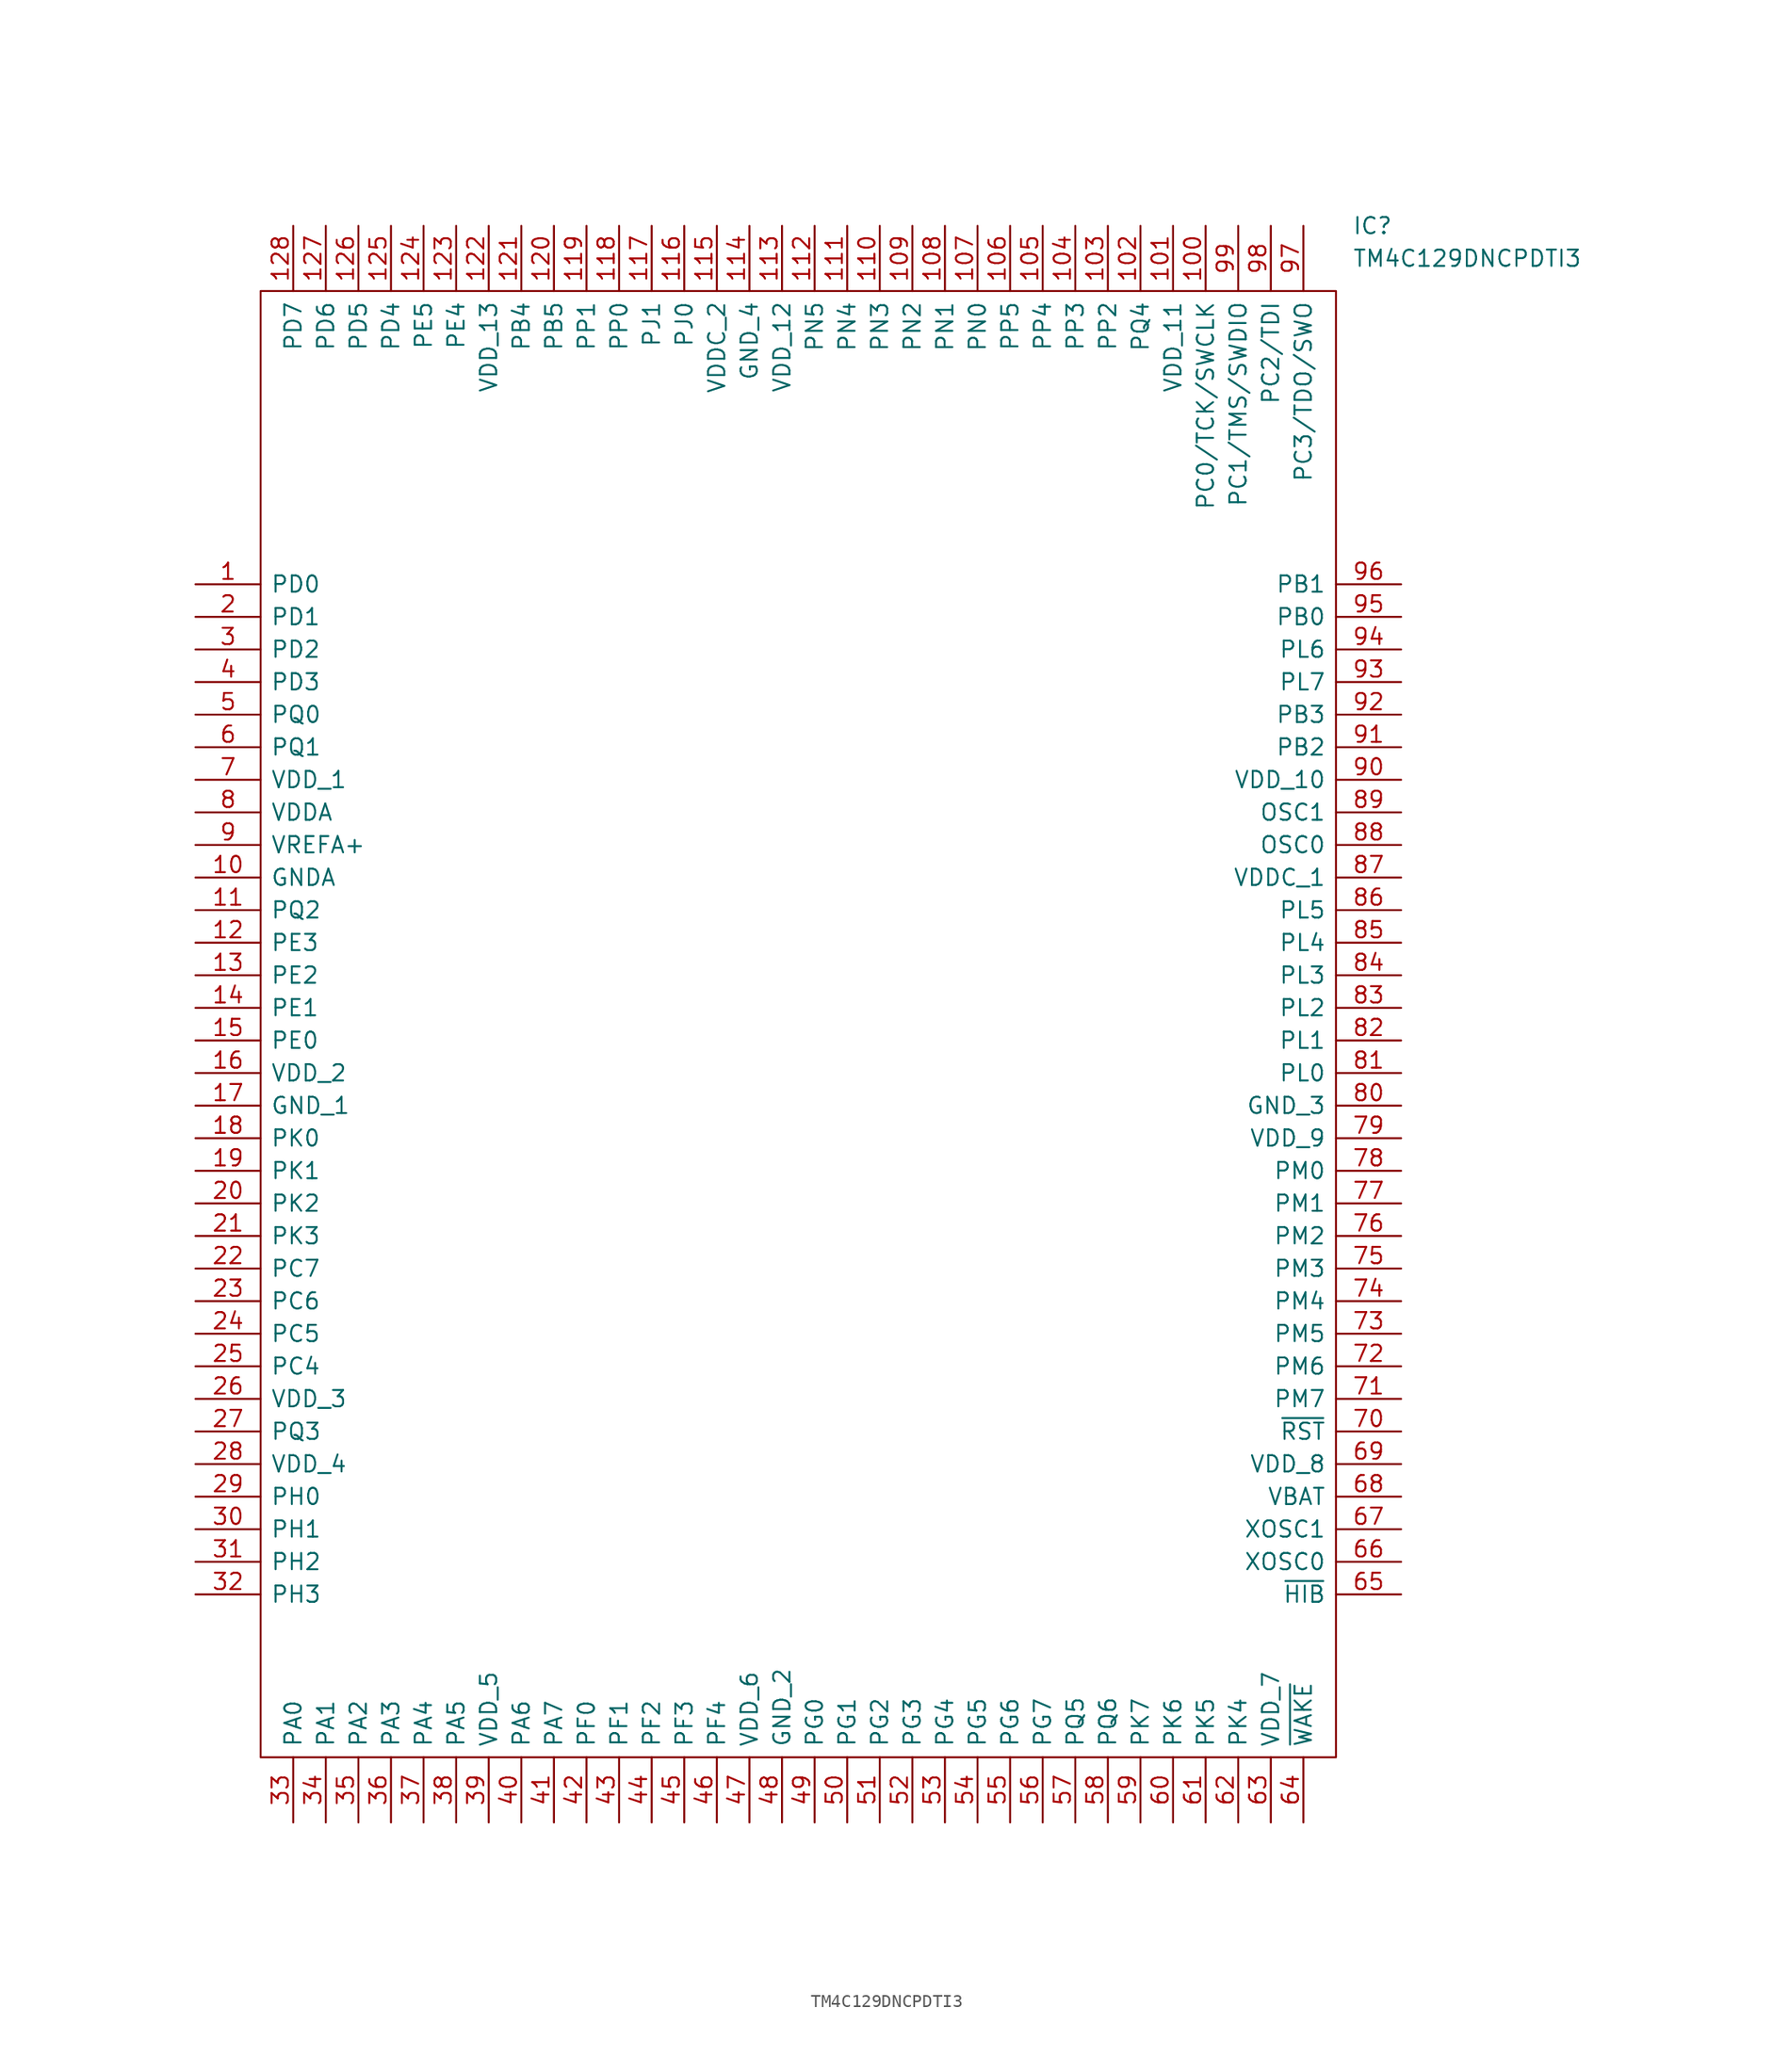
<source format=kicad_sym>
(kicad_symbol_lib
  (version 20231120)
  (generator "kicad_symbol_editor")
  (generator_version "8.0")
  (symbol "TM4C129DNCPDTI3"
    (pin_names
      (offset 0.762))
    (property "Reference" "IC"
      (at 90.17 27.94 0)
      (effects (font (size 1.27 1.27)) (justify left)))
    (property "Value" "TM4C129DNCPDTI3"
      (at 90.17 25.4 0)
      (effects (font (size 1.27 1.27)) (justify left)))
    (symbol "TM4C129DNCPDTI3_0_0"
      (pin passive line (at 0 0 0) (length 5.08) (name "PD0" (effects (font (size 1.27 1.27)))) (number "1" (effects (font (size 1.27 1.27)))))
      (pin passive line (at 0 -22.86 0) (length 5.08) (name "GNDA" (effects (font (size 1.27 1.27)))) (number "10" (effects (font (size 1.27 1.27)))))
      (pin passive line (at 78.74 27.94 270) (length 5.08) (name "PC0/TCK/SWCLK" (effects (font (size 1.27 1.27)))) (number "100" (effects (font (size 1.27 1.27)))))
      (pin passive line (at 76.2 27.94 270) (length 5.08) (name "VDD_11" (effects (font (size 1.27 1.27)))) (number "101" (effects (font (size 1.27 1.27)))))
      (pin passive line (at 73.66 27.94 270) (length 5.08) (name "PQ4" (effects (font (size 1.27 1.27)))) (number "102" (effects (font (size 1.27 1.27)))))
      (pin passive line (at 71.12 27.94 270) (length 5.08) (name "PP2" (effects (font (size 1.27 1.27)))) (number "103" (effects (font (size 1.27 1.27)))))
      (pin passive line (at 68.58 27.94 270) (length 5.08) (name "PP3" (effects (font (size 1.27 1.27)))) (number "104" (effects (font (size 1.27 1.27)))))
      (pin passive line (at 66.04 27.94 270) (length 5.08) (name "PP4" (effects (font (size 1.27 1.27)))) (number "105" (effects (font (size 1.27 1.27)))))
      (pin passive line (at 63.5 27.94 270) (length 5.08) (name "PP5" (effects (font (size 1.27 1.27)))) (number "106" (effects (font (size 1.27 1.27)))))
      (pin passive line (at 60.96 27.94 270) (length 5.08) (name "PN0" (effects (font (size 1.27 1.27)))) (number "107" (effects (font (size 1.27 1.27)))))
      (pin passive line (at 58.42 27.94 270) (length 5.08) (name "PN1" (effects (font (size 1.27 1.27)))) (number "108" (effects (font (size 1.27 1.27)))))
      (pin passive line (at 55.88 27.94 270) (length 5.08) (name "PN2" (effects (font (size 1.27 1.27)))) (number "109" (effects (font (size 1.27 1.27)))))
      (pin passive line (at 0 -25.4 0) (length 5.08) (name "PQ2" (effects (font (size 1.27 1.27)))) (number "11" (effects (font (size 1.27 1.27)))))
      (pin passive line (at 53.34 27.94 270) (length 5.08) (name "PN3" (effects (font (size 1.27 1.27)))) (number "110" (effects (font (size 1.27 1.27)))))
      (pin passive line (at 50.8 27.94 270) (length 5.08) (name "PN4" (effects (font (size 1.27 1.27)))) (number "111" (effects (font (size 1.27 1.27)))))
      (pin passive line (at 48.26 27.94 270) (length 5.08) (name "PN5" (effects (font (size 1.27 1.27)))) (number "112" (effects (font (size 1.27 1.27)))))
      (pin passive line (at 45.72 27.94 270) (length 5.08) (name "VDD_12" (effects (font (size 1.27 1.27)))) (number "113" (effects (font (size 1.27 1.27)))))
      (pin passive line (at 43.18 27.94 270) (length 5.08) (name "GND_4" (effects (font (size 1.27 1.27)))) (number "114" (effects (font (size 1.27 1.27)))))
      (pin passive line (at 40.64 27.94 270) (length 5.08) (name "VDDC_2" (effects (font (size 1.27 1.27)))) (number "115" (effects (font (size 1.27 1.27)))))
      (pin passive line (at 38.1 27.94 270) (length 5.08) (name "PJ0" (effects (font (size 1.27 1.27)))) (number "116" (effects (font (size 1.27 1.27)))))
      (pin passive line (at 35.56 27.94 270) (length 5.08) (name "PJ1" (effects (font (size 1.27 1.27)))) (number "117" (effects (font (size 1.27 1.27)))))
      (pin passive line (at 33.02 27.94 270) (length 5.08) (name "PP0" (effects (font (size 1.27 1.27)))) (number "118" (effects (font (size 1.27 1.27)))))
      (pin passive line (at 30.48 27.94 270) (length 5.08) (name "PP1" (effects (font (size 1.27 1.27)))) (number "119" (effects (font (size 1.27 1.27)))))
      (pin passive line (at 0 -27.94 0) (length 5.08) (name "PE3" (effects (font (size 1.27 1.27)))) (number "12" (effects (font (size 1.27 1.27)))))
      (pin passive line (at 27.94 27.94 270) (length 5.08) (name "PB5" (effects (font (size 1.27 1.27)))) (number "120" (effects (font (size 1.27 1.27)))))
      (pin passive line (at 25.4 27.94 270) (length 5.08) (name "PB4" (effects (font (size 1.27 1.27)))) (number "121" (effects (font (size 1.27 1.27)))))
      (pin passive line (at 22.86 27.94 270) (length 5.08) (name "VDD_13" (effects (font (size 1.27 1.27)))) (number "122" (effects (font (size 1.27 1.27)))))
      (pin passive line (at 20.32 27.94 270) (length 5.08) (name "PE4" (effects (font (size 1.27 1.27)))) (number "123" (effects (font (size 1.27 1.27)))))
      (pin passive line (at 17.78 27.94 270) (length 5.08) (name "PE5" (effects (font (size 1.27 1.27)))) (number "124" (effects (font (size 1.27 1.27)))))
      (pin passive line (at 15.24 27.94 270) (length 5.08) (name "PD4" (effects (font (size 1.27 1.27)))) (number "125" (effects (font (size 1.27 1.27)))))
      (pin passive line (at 12.7 27.94 270) (length 5.08) (name "PD5" (effects (font (size 1.27 1.27)))) (number "126" (effects (font (size 1.27 1.27)))))
      (pin passive line (at 10.16 27.94 270) (length 5.08) (name "PD6" (effects (font (size 1.27 1.27)))) (number "127" (effects (font (size 1.27 1.27)))))
      (pin passive line (at 7.62 27.94 270) (length 5.08) (name "PD7" (effects (font (size 1.27 1.27)))) (number "128" (effects (font (size 1.27 1.27)))))
      (pin passive line (at 0 -30.48 0) (length 5.08) (name "PE2" (effects (font (size 1.27 1.27)))) (number "13" (effects (font (size 1.27 1.27)))))
      (pin passive line (at 0 -33.02 0) (length 5.08) (name "PE1" (effects (font (size 1.27 1.27)))) (number "14" (effects (font (size 1.27 1.27)))))
      (pin passive line (at 0 -35.56 0) (length 5.08) (name "PE0" (effects (font (size 1.27 1.27)))) (number "15" (effects (font (size 1.27 1.27)))))
      (pin passive line (at 0 -38.1 0) (length 5.08) (name "VDD_2" (effects (font (size 1.27 1.27)))) (number "16" (effects (font (size 1.27 1.27)))))
      (pin passive line (at 0 -40.64 0) (length 5.08) (name "GND_1" (effects (font (size 1.27 1.27)))) (number "17" (effects (font (size 1.27 1.27)))))
      (pin passive line (at 0 -43.18 0) (length 5.08) (name "PK0" (effects (font (size 1.27 1.27)))) (number "18" (effects (font (size 1.27 1.27)))))
      (pin passive line (at 0 -45.72 0) (length 5.08) (name "PK1" (effects (font (size 1.27 1.27)))) (number "19" (effects (font (size 1.27 1.27)))))
      (pin passive line (at 0 -2.54 0) (length 5.08) (name "PD1" (effects (font (size 1.27 1.27)))) (number "2" (effects (font (size 1.27 1.27)))))
      (pin passive line (at 0 -48.26 0) (length 5.08) (name "PK2" (effects (font (size 1.27 1.27)))) (number "20" (effects (font (size 1.27 1.27)))))
      (pin passive line (at 0 -50.8 0) (length 5.08) (name "PK3" (effects (font (size 1.27 1.27)))) (number "21" (effects (font (size 1.27 1.27)))))
      (pin passive line (at 0 -53.34 0) (length 5.08) (name "PC7" (effects (font (size 1.27 1.27)))) (number "22" (effects (font (size 1.27 1.27)))))
      (pin passive line (at 0 -55.88 0) (length 5.08) (name "PC6" (effects (font (size 1.27 1.27)))) (number "23" (effects (font (size 1.27 1.27)))))
      (pin passive line (at 0 -58.42 0) (length 5.08) (name "PC5" (effects (font (size 1.27 1.27)))) (number "24" (effects (font (size 1.27 1.27)))))
      (pin passive line (at 0 -60.96 0) (length 5.08) (name "PC4" (effects (font (size 1.27 1.27)))) (number "25" (effects (font (size 1.27 1.27)))))
      (pin passive line (at 0 -63.5 0) (length 5.08) (name "VDD_3" (effects (font (size 1.27 1.27)))) (number "26" (effects (font (size 1.27 1.27)))))
      (pin passive line (at 0 -66.04 0) (length 5.08) (name "PQ3" (effects (font (size 1.27 1.27)))) (number "27" (effects (font (size 1.27 1.27)))))
      (pin passive line (at 0 -68.58 0) (length 5.08) (name "VDD_4" (effects (font (size 1.27 1.27)))) (number "28" (effects (font (size 1.27 1.27)))))
      (pin passive line (at 0 -71.12 0) (length 5.08) (name "PH0" (effects (font (size 1.27 1.27)))) (number "29" (effects (font (size 1.27 1.27)))))
      (pin passive line (at 0 -5.08 0) (length 5.08) (name "PD2" (effects (font (size 1.27 1.27)))) (number "3" (effects (font (size 1.27 1.27)))))
      (pin passive line (at 0 -73.66 0) (length 5.08) (name "PH1" (effects (font (size 1.27 1.27)))) (number "30" (effects (font (size 1.27 1.27)))))
      (pin passive line (at 0 -76.2 0) (length 5.08) (name "PH2" (effects (font (size 1.27 1.27)))) (number "31" (effects (font (size 1.27 1.27)))))
      (pin passive line (at 0 -78.74 0) (length 5.08) (name "PH3" (effects (font (size 1.27 1.27)))) (number "32" (effects (font (size 1.27 1.27)))))
      (pin passive line (at 7.62 -96.52 90) (length 5.08) (name "PA0" (effects (font (size 1.27 1.27)))) (number "33" (effects (font (size 1.27 1.27)))))
      (pin passive line (at 10.16 -96.52 90) (length 5.08) (name "PA1" (effects (font (size 1.27 1.27)))) (number "34" (effects (font (size 1.27 1.27)))))
      (pin passive line (at 12.7 -96.52 90) (length 5.08) (name "PA2" (effects (font (size 1.27 1.27)))) (number "35" (effects (font (size 1.27 1.27)))))
      (pin passive line (at 15.24 -96.52 90) (length 5.08) (name "PA3" (effects (font (size 1.27 1.27)))) (number "36" (effects (font (size 1.27 1.27)))))
      (pin passive line (at 17.78 -96.52 90) (length 5.08) (name "PA4" (effects (font (size 1.27 1.27)))) (number "37" (effects (font (size 1.27 1.27)))))
      (pin passive line (at 20.32 -96.52 90) (length 5.08) (name "PA5" (effects (font (size 1.27 1.27)))) (number "38" (effects (font (size 1.27 1.27)))))
      (pin passive line (at 22.86 -96.52 90) (length 5.08) (name "VDD_5" (effects (font (size 1.27 1.27)))) (number "39" (effects (font (size 1.27 1.27)))))
      (pin passive line (at 0 -7.62 0) (length 5.08) (name "PD3" (effects (font (size 1.27 1.27)))) (number "4" (effects (font (size 1.27 1.27)))))
      (pin passive line (at 25.4 -96.52 90) (length 5.08) (name "PA6" (effects (font (size 1.27 1.27)))) (number "40" (effects (font (size 1.27 1.27)))))
      (pin passive line (at 27.94 -96.52 90) (length 5.08) (name "PA7" (effects (font (size 1.27 1.27)))) (number "41" (effects (font (size 1.27 1.27)))))
      (pin passive line (at 30.48 -96.52 90) (length 5.08) (name "PF0" (effects (font (size 1.27 1.27)))) (number "42" (effects (font (size 1.27 1.27)))))
      (pin passive line (at 33.02 -96.52 90) (length 5.08) (name "PF1" (effects (font (size 1.27 1.27)))) (number "43" (effects (font (size 1.27 1.27)))))
      (pin passive line (at 35.56 -96.52 90) (length 5.08) (name "PF2" (effects (font (size 1.27 1.27)))) (number "44" (effects (font (size 1.27 1.27)))))
      (pin passive line (at 38.1 -96.52 90) (length 5.08) (name "PF3" (effects (font (size 1.27 1.27)))) (number "45" (effects (font (size 1.27 1.27)))))
      (pin passive line (at 40.64 -96.52 90) (length 5.08) (name "PF4" (effects (font (size 1.27 1.27)))) (number "46" (effects (font (size 1.27 1.27)))))
      (pin passive line (at 43.18 -96.52 90) (length 5.08) (name "VDD_6" (effects (font (size 1.27 1.27)))) (number "47" (effects (font (size 1.27 1.27)))))
      (pin passive line (at 45.72 -96.52 90) (length 5.08) (name "GND_2" (effects (font (size 1.27 1.27)))) (number "48" (effects (font (size 1.27 1.27)))))
      (pin passive line (at 48.26 -96.52 90) (length 5.08) (name "PG0" (effects (font (size 1.27 1.27)))) (number "49" (effects (font (size 1.27 1.27)))))
      (pin passive line (at 0 -10.16 0) (length 5.08) (name "PQ0" (effects (font (size 1.27 1.27)))) (number "5" (effects (font (size 1.27 1.27)))))
      (pin passive line (at 50.8 -96.52 90) (length 5.08) (name "PG1" (effects (font (size 1.27 1.27)))) (number "50" (effects (font (size 1.27 1.27)))))
      (pin passive line (at 53.34 -96.52 90) (length 5.08) (name "PG2" (effects (font (size 1.27 1.27)))) (number "51" (effects (font (size 1.27 1.27)))))
      (pin passive line (at 55.88 -96.52 90) (length 5.08) (name "PG3" (effects (font (size 1.27 1.27)))) (number "52" (effects (font (size 1.27 1.27)))))
      (pin passive line (at 58.42 -96.52 90) (length 5.08) (name "PG4" (effects (font (size 1.27 1.27)))) (number "53" (effects (font (size 1.27 1.27)))))
      (pin passive line (at 60.96 -96.52 90) (length 5.08) (name "PG5" (effects (font (size 1.27 1.27)))) (number "54" (effects (font (size 1.27 1.27)))))
      (pin passive line (at 63.5 -96.52 90) (length 5.08) (name "PG6" (effects (font (size 1.27 1.27)))) (number "55" (effects (font (size 1.27 1.27)))))
      (pin passive line (at 66.04 -96.52 90) (length 5.08) (name "PG7" (effects (font (size 1.27 1.27)))) (number "56" (effects (font (size 1.27 1.27)))))
      (pin passive line (at 68.58 -96.52 90) (length 5.08) (name "PQ5" (effects (font (size 1.27 1.27)))) (number "57" (effects (font (size 1.27 1.27)))))
      (pin passive line (at 71.12 -96.52 90) (length 5.08) (name "PQ6" (effects (font (size 1.27 1.27)))) (number "58" (effects (font (size 1.27 1.27)))))
      (pin passive line (at 73.66 -96.52 90) (length 5.08) (name "PK7" (effects (font (size 1.27 1.27)))) (number "59" (effects (font (size 1.27 1.27)))))
      (pin passive line (at 0 -12.7 0) (length 5.08) (name "PQ1" (effects (font (size 1.27 1.27)))) (number "6" (effects (font (size 1.27 1.27)))))
      (pin passive line (at 76.2 -96.52 90) (length 5.08) (name "PK6" (effects (font (size 1.27 1.27)))) (number "60" (effects (font (size 1.27 1.27)))))
      (pin passive line (at 78.74 -96.52 90) (length 5.08) (name "PK5" (effects (font (size 1.27 1.27)))) (number "61" (effects (font (size 1.27 1.27)))))
      (pin passive line (at 81.28 -96.52 90) (length 5.08) (name "PK4" (effects (font (size 1.27 1.27)))) (number "62" (effects (font (size 1.27 1.27)))))
      (pin passive line (at 83.82 -96.52 90) (length 5.08) (name "VDD_7" (effects (font (size 1.27 1.27)))) (number "63" (effects (font (size 1.27 1.27)))))
      (pin passive line (at 86.36 -96.52 90) (length 5.08) (name "~{WAKE}" (effects (font (size 1.27 1.27)))) (number "64" (effects (font (size 1.27 1.27)))))
      (pin passive line (at 93.98 -78.74 180) (length 5.08) (name "~{HIB}" (effects (font (size 1.27 1.27)))) (number "65" (effects (font (size 1.27 1.27)))))
      (pin passive line (at 93.98 -76.2 180) (length 5.08) (name "XOSC0" (effects (font (size 1.27 1.27)))) (number "66" (effects (font (size 1.27 1.27)))))
      (pin passive line (at 93.98 -73.66 180) (length 5.08) (name "XOSC1" (effects (font (size 1.27 1.27)))) (number "67" (effects (font (size 1.27 1.27)))))
      (pin passive line (at 93.98 -71.12 180) (length 5.08) (name "VBAT" (effects (font (size 1.27 1.27)))) (number "68" (effects (font (size 1.27 1.27)))))
      (pin passive line (at 93.98 -68.58 180) (length 5.08) (name "VDD_8" (effects (font (size 1.27 1.27)))) (number "69" (effects (font (size 1.27 1.27)))))
      (pin passive line (at 0 -15.24 0) (length 5.08) (name "VDD_1" (effects (font (size 1.27 1.27)))) (number "7" (effects (font (size 1.27 1.27)))))
      (pin passive line (at 93.98 -66.04 180) (length 5.08) (name "~{RST}" (effects (font (size 1.27 1.27)))) (number "70" (effects (font (size 1.27 1.27)))))
      (pin passive line (at 93.98 -63.5 180) (length 5.08) (name "PM7" (effects (font (size 1.27 1.27)))) (number "71" (effects (font (size 1.27 1.27)))))
      (pin passive line (at 93.98 -60.96 180) (length 5.08) (name "PM6" (effects (font (size 1.27 1.27)))) (number "72" (effects (font (size 1.27 1.27)))))
      (pin passive line (at 93.98 -58.42 180) (length 5.08) (name "PM5" (effects (font (size 1.27 1.27)))) (number "73" (effects (font (size 1.27 1.27)))))
      (pin passive line (at 93.98 -55.88 180) (length 5.08) (name "PM4" (effects (font (size 1.27 1.27)))) (number "74" (effects (font (size 1.27 1.27)))))
      (pin passive line (at 93.98 -53.34 180) (length 5.08) (name "PM3" (effects (font (size 1.27 1.27)))) (number "75" (effects (font (size 1.27 1.27)))))
      (pin passive line (at 93.98 -50.8 180) (length 5.08) (name "PM2" (effects (font (size 1.27 1.27)))) (number "76" (effects (font (size 1.27 1.27)))))
      (pin passive line (at 93.98 -48.26 180) (length 5.08) (name "PM1" (effects (font (size 1.27 1.27)))) (number "77" (effects (font (size 1.27 1.27)))))
      (pin passive line (at 93.98 -45.72 180) (length 5.08) (name "PM0" (effects (font (size 1.27 1.27)))) (number "78" (effects (font (size 1.27 1.27)))))
      (pin passive line (at 93.98 -43.18 180) (length 5.08) (name "VDD_9" (effects (font (size 1.27 1.27)))) (number "79" (effects (font (size 1.27 1.27)))))
      (pin passive line (at 0 -17.78 0) (length 5.08) (name "VDDA" (effects (font (size 1.27 1.27)))) (number "8" (effects (font (size 1.27 1.27)))))
      (pin passive line (at 93.98 -40.64 180) (length 5.08) (name "GND_3" (effects (font (size 1.27 1.27)))) (number "80" (effects (font (size 1.27 1.27)))))
      (pin passive line (at 93.98 -38.1 180) (length 5.08) (name "PL0" (effects (font (size 1.27 1.27)))) (number "81" (effects (font (size 1.27 1.27)))))
      (pin passive line (at 93.98 -35.56 180) (length 5.08) (name "PL1" (effects (font (size 1.27 1.27)))) (number "82" (effects (font (size 1.27 1.27)))))
      (pin passive line (at 93.98 -33.02 180) (length 5.08) (name "PL2" (effects (font (size 1.27 1.27)))) (number "83" (effects (font (size 1.27 1.27)))))
      (pin passive line (at 93.98 -30.48 180) (length 5.08) (name "PL3" (effects (font (size 1.27 1.27)))) (number "84" (effects (font (size 1.27 1.27)))))
      (pin passive line (at 93.98 -27.94 180) (length 5.08) (name "PL4" (effects (font (size 1.27 1.27)))) (number "85" (effects (font (size 1.27 1.27)))))
      (pin passive line (at 93.98 -25.4 180) (length 5.08) (name "PL5" (effects (font (size 1.27 1.27)))) (number "86" (effects (font (size 1.27 1.27)))))
      (pin passive line (at 93.98 -22.86 180) (length 5.08) (name "VDDC_1" (effects (font (size 1.27 1.27)))) (number "87" (effects (font (size 1.27 1.27)))))
      (pin passive line (at 93.98 -20.32 180) (length 5.08) (name "OSC0" (effects (font (size 1.27 1.27)))) (number "88" (effects (font (size 1.27 1.27)))))
      (pin passive line (at 93.98 -17.78 180) (length 5.08) (name "OSC1" (effects (font (size 1.27 1.27)))) (number "89" (effects (font (size 1.27 1.27)))))
      (pin passive line (at 0 -20.32 0) (length 5.08) (name "VREFA+" (effects (font (size 1.27 1.27)))) (number "9" (effects (font (size 1.27 1.27)))))
      (pin passive line (at 93.98 -15.24 180) (length 5.08) (name "VDD_10" (effects (font (size 1.27 1.27)))) (number "90" (effects (font (size 1.27 1.27)))))
      (pin passive line (at 93.98 -12.7 180) (length 5.08) (name "PB2" (effects (font (size 1.27 1.27)))) (number "91" (effects (font (size 1.27 1.27)))))
      (pin passive line (at 93.98 -10.16 180) (length 5.08) (name "PB3" (effects (font (size 1.27 1.27)))) (number "92" (effects (font (size 1.27 1.27)))))
      (pin passive line (at 93.98 -7.62 180) (length 5.08) (name "PL7" (effects (font (size 1.27 1.27)))) (number "93" (effects (font (size 1.27 1.27)))))
      (pin passive line (at 93.98 -5.08 180) (length 5.08) (name "PL6" (effects (font (size 1.27 1.27)))) (number "94" (effects (font (size 1.27 1.27)))))
      (pin passive line (at 93.98 -2.54 180) (length 5.08) (name "PB0" (effects (font (size 1.27 1.27)))) (number "95" (effects (font (size 1.27 1.27)))))
      (pin passive line (at 93.98 0 180) (length 5.08) (name "PB1" (effects (font (size 1.27 1.27)))) (number "96" (effects (font (size 1.27 1.27)))))
      (pin passive line (at 86.36 27.94 270) (length 5.08) (name "PC3/TDO/SWO" (effects (font (size 1.27 1.27)))) (number "97" (effects (font (size 1.27 1.27)))))
      (pin passive line (at 83.82 27.94 270) (length 5.08) (name "PC2/TDI" (effects (font (size 1.27 1.27)))) (number "98" (effects (font (size 1.27 1.27)))))
      (pin passive line (at 81.28 27.94 270) (length 5.08) (name "PC1/TMS/SWDIO" (effects (font (size 1.27 1.27)))) (number "99" (effects (font (size 1.27 1.27))))))
    (symbol "TM4C129DNCPDTI3_0_1"
      (polyline (pts (xy 5.08 22.86) (xy 88.9 22.86) (xy 88.9 -91.44) (xy 5.08 -91.44) (xy 5.08 22.86)) (stroke (width 0.152) (type solid)) (fill (type none))))))
</source>
